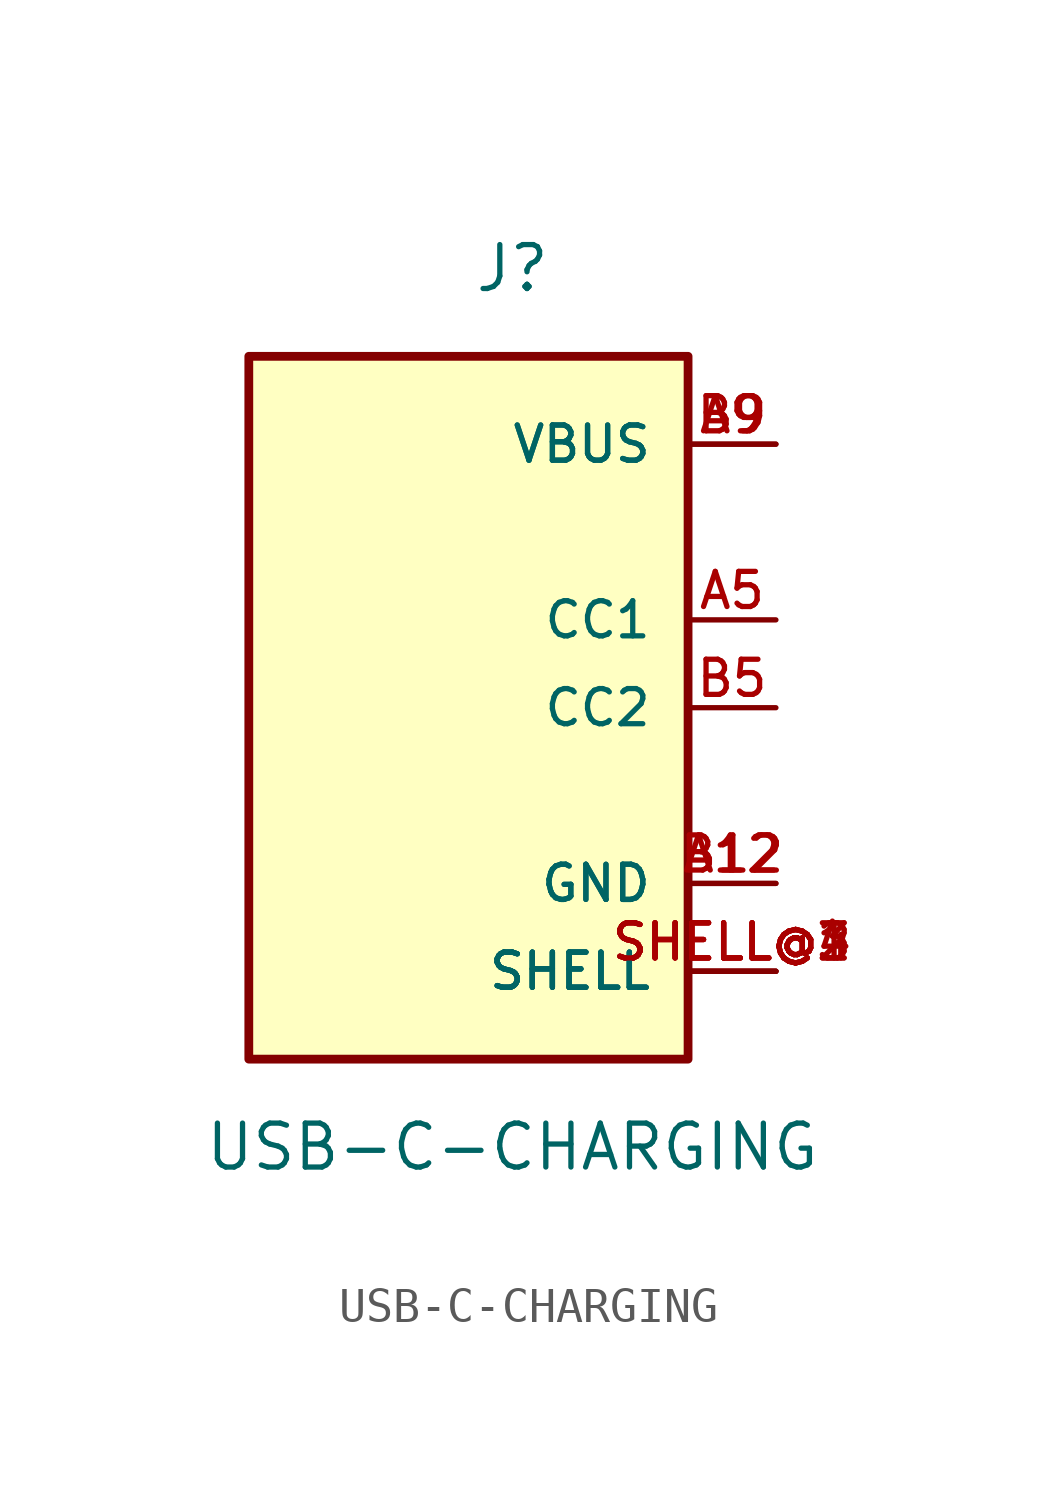
<source format=kicad_sym>
(kicad_symbol_lib
  (version 20231120)
  (generator "kicad_symbol_editor")
  (generator_version "8.0")
  (symbol "USB-C-CHARGING"
    (pin_names
      (offset 1.016))
    (property "Reference" "J"
      (at 0 12.7 0)
      (effects (font (size 1.27 1.27))))
    (property "Value" "USB-C-CHARGING"
      (at 0 -12.7 0)
      (effects (font (size 1.27 1.27))))
    (symbol "USB-C-CHARGING_0_0"
      (rectangle (start -7.62 -10.16) (end 5.08 10.16) (stroke (width 0.254) (type default)) (fill (type background)))
      (pin power_in line (at 7.62 -5.08 180) (length 2.54) (name "GND" (effects (font (size 1.016 1.016)))) (number "A12" (effects (font (size 1.016 1.016)))))
      (pin bidirectional line (at 7.62 2.54 180) (length 2.54) (name "CC1" (effects (font (size 1.016 1.016)))) (number "A5" (effects (font (size 1.016 1.016)))))
      (pin power_in line (at 7.62 7.62 180) (length 2.54) (name "VBUS" (effects (font (size 1.016 1.016)))) (number "A9" (effects (font (size 1.016 1.016)))))
      (pin power_in line (at 7.62 -5.08 180) (length 2.54) (name "GND" (effects (font (size 1.016 1.016)))) (number "B12" (effects (font (size 1.016 1.016)))))
      (pin bidirectional line (at 7.62 0 180) (length 2.54) (name "CC2" (effects (font (size 1.016 1.016)))) (number "B5" (effects (font (size 1.016 1.016)))))
      (pin power_in line (at 7.62 7.62 180) (length 2.54) (name "VBUS" (effects (font (size 1.016 1.016)))) (number "B9" (effects (font (size 1.016 1.016)))))
      (pin power_in line (at 7.62 -7.62 180) (length 2.54) (name "SHELL" (effects (font (size 1.016 1.016)))) (number "SHELL@1" (effects (font (size 1.016 1.016)))))
      (pin power_in line (at 7.62 -7.62 180) (length 2.54) (name "SHELL" (effects (font (size 1.016 1.016)))) (number "SHELL@2" (effects (font (size 1.016 1.016)))))
      (pin power_in line (at 7.62 -7.62 180) (length 2.54) (name "SHELL" (effects (font (size 1.016 1.016)))) (number "SHELL@3" (effects (font (size 1.016 1.016)))))
      (pin power_in line (at 7.62 -7.62 180) (length 2.54) (name "SHELL" (effects (font (size 1.016 1.016)))) (number "SHELL@4" (effects (font (size 1.016 1.016))))))))
</source>
